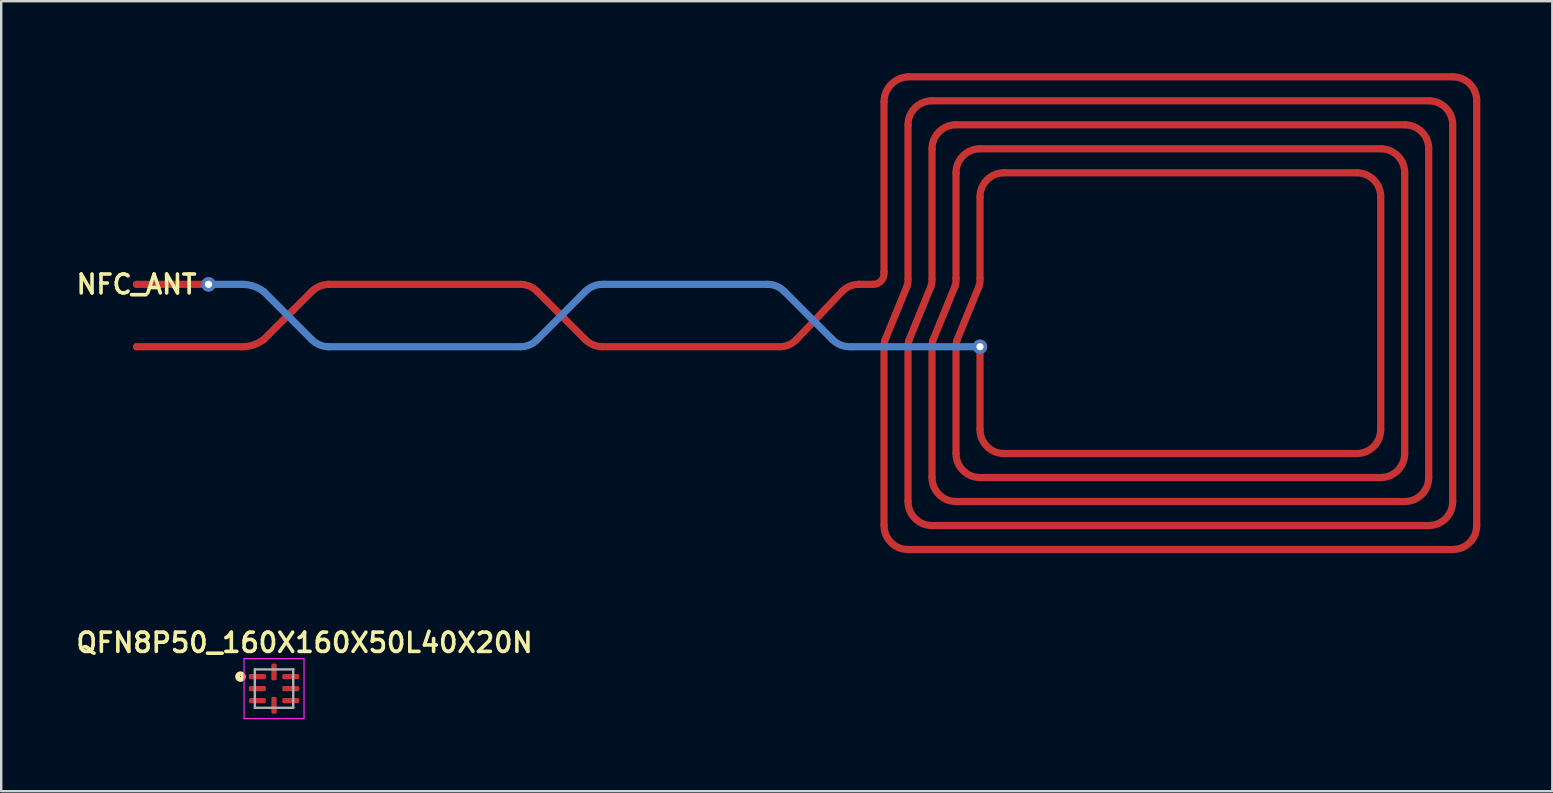
<source format=kicad_pcb>
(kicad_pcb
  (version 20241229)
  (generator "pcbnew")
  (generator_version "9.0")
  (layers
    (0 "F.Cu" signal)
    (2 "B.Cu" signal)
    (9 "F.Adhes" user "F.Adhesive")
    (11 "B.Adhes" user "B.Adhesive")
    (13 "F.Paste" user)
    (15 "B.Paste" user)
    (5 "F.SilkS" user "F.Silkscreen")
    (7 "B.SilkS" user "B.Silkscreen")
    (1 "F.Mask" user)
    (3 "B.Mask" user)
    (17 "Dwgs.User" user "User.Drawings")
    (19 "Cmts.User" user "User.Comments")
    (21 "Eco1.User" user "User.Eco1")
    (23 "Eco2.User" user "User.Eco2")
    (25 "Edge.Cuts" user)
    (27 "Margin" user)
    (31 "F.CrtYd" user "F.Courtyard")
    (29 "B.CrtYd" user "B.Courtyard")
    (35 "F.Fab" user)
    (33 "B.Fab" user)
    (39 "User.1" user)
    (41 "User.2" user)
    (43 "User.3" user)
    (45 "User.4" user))
  (footprint "NFC_ANT"
    (layer "F.Cu")
    (at 2.64 8.8)
    (property "Reference" "NFC_ANT" (at 0 0 0) (layer "F.SilkS") (effects (font (size 0.787 0.787) (thickness 0.15))))
    (attr smd)
    (fp_line (start 0 0) (end 3 0) (stroke (width 0.3) (type solid)) (layer "F.Cu"))
    (fp_line (start 0 2.6) (end 4.4 2.6) (stroke (width 0.3) (type solid)) (layer "F.Cu"))
    (fp_line (start 5.3 2.3) (end 7.3 0.3) (stroke (width 0.3) (type solid)) (layer "F.Cu"))
    (fp_line (start 8 0) (end 16 0) (stroke (width 0.3) (type solid)) (layer "F.Cu"))
    (fp_line (start 16.7 0.3) (end 18.7 2.3) (stroke (width 0.3) (type solid)) (layer "F.Cu"))
    (fp_line (start 19.4 2.6) (end 26.8 2.6) (stroke (width 0.3) (type solid)) (layer "F.Cu"))
    (fp_line (start 27.5 2.3) (end 29.4 0.3) (stroke (width 0.3) (type solid)) (layer "F.Cu"))
    (fp_line (start 30.1 0) (end 30.7 0) (stroke (width 0.3) (type solid)) (layer "F.Cu"))
    (fp_line (start 31.15 -0.5) (end 31.15 -7.6) (stroke (width 0.3) (type solid)) (layer "F.Cu"))
    (fp_line (start 31.15 10.05) (end 31.15 2.66) (stroke (width 0.3) (type solid)) (layer "F.Cu"))
    (fp_line (start 31.2 2.3) (end 32.1 0.1) (stroke (width 0.3) (type solid)) (layer "F.Cu"))
    (fp_line (start 32.15 -8.65) (end 54.85 -8.65) (stroke (width 0.3) (type solid)) (layer "F.Cu"))
    (fp_line (start 32.15 -0.25) (end 32.15 -6.65) (stroke (width 0.3) (type solid)) (layer "F.Cu"))
    (fp_line (start 32.15 9.05) (end 32.15 2.66) (stroke (width 0.3) (type solid)) (layer "F.Cu"))
    (fp_line (start 32.15 11.05) (end 54.85 11.05) (stroke (width 0.3) (type solid)) (layer "F.Cu"))
    (fp_line (start 32.2 2.3) (end 33.1 0.1) (stroke (width 0.3) (type solid)) (layer "F.Cu"))
    (fp_line (start 33.15 -7.65) (end 53.85 -7.65) (stroke (width 0.3) (type solid)) (layer "F.Cu"))
    (fp_line (start 33.15 -0.25) (end 33.15 -5.65) (stroke (width 0.3) (type solid)) (layer "F.Cu"))
    (fp_line (start 33.15 8.05) (end 33.15 2.66) (stroke (width 0.3) (type solid)) (layer "F.Cu"))
    (fp_line (start 33.15 10.05) (end 53.85 10.05) (stroke (width 0.3) (type solid)) (layer "F.Cu"))
    (fp_line (start 33.2 2.3) (end 34.1 0.1) (stroke (width 0.3) (type solid)) (layer "F.Cu"))
    (fp_line (start 34.15 -6.65) (end 52.85 -6.65) (stroke (width 0.3) (type solid)) (layer "F.Cu"))
    (fp_line (start 34.15 -0.25) (end 34.15 -4.65) (stroke (width 0.3) (type solid)) (layer "F.Cu"))
    (fp_line (start 34.15 7.05) (end 34.15 2.66) (stroke (width 0.3) (type solid)) (layer "F.Cu"))
    (fp_line (start 34.15 9.05) (end 52.85 9.05) (stroke (width 0.3) (type solid)) (layer "F.Cu"))
    (fp_line (start 34.2 2.3) (end 35.1 0.1) (stroke (width 0.3) (type solid)) (layer "F.Cu"))
    (fp_line (start 35.15 -5.65) (end 51.85 -5.65) (stroke (width 0.3) (type solid)) (layer "F.Cu"))
    (fp_line (start 35.15 -0.25) (end 35.15 -3.65) (stroke (width 0.3) (type solid)) (layer "F.Cu"))
    (fp_line (start 35.15 6.05) (end 35.15 2.6) (stroke (width 0.3) (type solid)) (layer "F.Cu"))
    (fp_line (start 35.15 8.05) (end 51.85 8.05) (stroke (width 0.3) (type solid)) (layer "F.Cu"))
    (fp_line (start 36.15 -4.65) (end 50.85 -4.65) (stroke (width 0.3) (type solid)) (layer "F.Cu"))
    (fp_line (start 36.15 7.05) (end 50.85 7.05) (stroke (width 0.3) (type solid)) (layer "F.Cu"))
    (fp_line (start 51.85 6.05) (end 51.85 -3.65) (stroke (width 0.3) (type solid)) (layer "F.Cu"))
    (fp_line (start 52.85 7.05) (end 52.85 -4.65) (stroke (width 0.3) (type solid)) (layer "F.Cu"))
    (fp_line (start 53.85 8.05) (end 53.85 -5.65) (stroke (width 0.3) (type solid)) (layer "F.Cu"))
    (fp_line (start 54.85 9.05) (end 54.85 -6.65) (stroke (width 0.3) (type solid)) (layer "F.Cu"))
    (fp_line (start 55.85 10.05) (end 55.85 -7.65) (stroke (width 0.3) (type solid)) (layer "F.Cu"))
    (fp_arc (start 5.3 2.3) (mid 4.874342 2.523025) (end 4.4 2.6) (stroke (width 0.3) (type solid)) (layer "F.Cu"))
    (fp_arc (start 7.3 0.3) (mid 7.621113 0.082596) (end 8 0) (stroke (width 0.3) (type solid)) (layer "F.Cu"))
    (fp_arc (start 16 0) (mid 16.380789 0.07816) (end 16.7 0.3) (stroke (width 0.3) (type solid)) (layer "F.Cu"))
    (fp_arc (start 19.4 2.6) (mid 19.021113 2.517404) (end 18.7 2.3) (stroke (width 0.3) (type solid)) (layer "F.Cu"))
    (fp_arc (start 27.5 2.3) (mid 27.180789 2.52184) (end 26.8 2.6) (stroke (width 0.3) (type solid)) (layer "F.Cu"))
    (fp_arc (start 29.4 0.3) (mid 29.719114 0.077932) (end 30.1 0) (stroke (width 0.3) (type solid)) (layer "F.Cu"))
    (fp_arc (start 31.15 -7.600001) (mid 31.44 -8.325) (end 32.15 -8.65) (stroke (width 0.3) (type solid)) (layer "F.Cu"))
    (fp_arc (start 31.15 -0.5) (mid 31.036341 -0.149793) (end 30.7 0) (stroke (width 0.3) (type solid)) (layer "F.Cu"))
    (fp_arc (start 31.15 2.65) (mid 31.153328 2.471904) (end 31.2 2.3) (stroke (width 0.3) (type solid)) (layer "F.Cu"))
    (fp_arc (start 32.15 -6.65) (mid 32.442893 -7.357107) (end 33.15 -7.65) (stroke (width 0.3) (type solid)) (layer "F.Cu"))
    (fp_arc (start 32.15 -0.2) (mid 32.141808 -0.047199) (end 32.1 0.1) (stroke (width 0.3) (type solid)) (layer "F.Cu"))
    (fp_arc (start 32.15 2.65) (mid 32.153328 2.471904) (end 32.2 2.3) (stroke (width 0.3) (type solid)) (layer "F.Cu"))
    (fp_arc (start 32.15 11.05) (mid 31.442893 10.757107) (end 31.15 10.05) (stroke (width 0.3) (type solid)) (layer "F.Cu"))
    (fp_arc (start 33.15 -5.65) (mid 33.442893 -6.357107) (end 34.15 -6.65) (stroke (width 0.3) (type solid)) (layer "F.Cu"))
    (fp_arc (start 33.15 -0.2) (mid 33.141808 -0.047199) (end 33.1 0.1) (stroke (width 0.3) (type solid)) (layer "F.Cu"))
    (fp_arc (start 33.15 2.65) (mid 33.153328 2.471904) (end 33.2 2.3) (stroke (width 0.3) (type solid)) (layer "F.Cu"))
    (fp_arc (start 33.15 10.05) (mid 32.442893 9.757107) (end 32.15 9.05) (stroke (width 0.3) (type solid)) (layer "F.Cu"))
    (fp_arc (start 34.15 -4.65) (mid 34.442893 -5.357107) (end 35.15 -5.65) (stroke (width 0.3) (type solid)) (layer "F.Cu"))
    (fp_arc (start 34.15 -0.25) (mid 34.145978 -0.072003) (end 34.1 0.1) (stroke (width 0.3) (type solid)) (layer "F.Cu"))
    (fp_arc (start 34.15 2.65) (mid 34.153328 2.471904) (end 34.2 2.3) (stroke (width 0.3) (type solid)) (layer "F.Cu"))
    (fp_arc (start 34.15 9.05) (mid 33.442893 8.757107) (end 33.15 8.05) (stroke (width 0.3) (type solid)) (layer "F.Cu"))
    (fp_arc (start 35.15 -3.65) (mid 35.442893 -4.357107) (end 36.15 -4.65) (stroke (width 0.3) (type solid)) (layer "F.Cu"))
    (fp_arc (start 35.15 -0.25) (mid 35.146672 -0.071904) (end 35.1 0.1) (stroke (width 0.3) (type solid)) (layer "F.Cu"))
    (fp_arc (start 35.15 8.05) (mid 34.442893 7.757107) (end 34.15 7.05) (stroke (width 0.3) (type solid)) (layer "F.Cu"))
    (fp_arc (start 36.15 7.05) (mid 35.442893 6.757107) (end 35.15 6.05) (stroke (width 0.3) (type solid)) (layer "F.Cu"))
    (fp_arc (start 50.85 -4.65) (mid 51.557107 -4.357107) (end 51.85 -3.65) (stroke (width 0.3) (type solid)) (layer "F.Cu"))
    (fp_arc (start 51.85 -5.65) (mid 52.557107 -5.357107) (end 52.85 -4.65) (stroke (width 0.3) (type solid)) (layer "F.Cu"))
    (fp_arc (start 51.85 6.05) (mid 51.557107 6.757107) (end 50.85 7.05) (stroke (width 0.3) (type solid)) (layer "F.Cu"))
    (fp_arc (start 52.85 -6.65) (mid 53.557107 -6.357107) (end 53.85 -5.65) (stroke (width 0.3) (type solid)) (layer "F.Cu"))
    (fp_arc (start 52.85 7.05) (mid 52.557107 7.757107) (end 51.85 8.05) (stroke (width 0.3) (type solid)) (layer "F.Cu"))
    (fp_arc (start 53.85 -7.65) (mid 54.557107 -7.357107) (end 54.85 -6.65) (stroke (width 0.3) (type solid)) (layer "F.Cu"))
    (fp_arc (start 53.85 8.05) (mid 53.557107 8.757107) (end 52.85 9.05) (stroke (width 0.3) (type solid)) (layer "F.Cu"))
    (fp_arc (start 54.85 -8.65) (mid 55.557107 -8.357107) (end 55.85 -7.65) (stroke (width 0.3) (type solid)) (layer "F.Cu"))
    (fp_arc (start 54.85 9.05) (mid 54.557107 9.757107) (end 53.85 10.05) (stroke (width 0.3) (type solid)) (layer "F.Cu"))
    (fp_arc (start 55.85 10.05) (mid 55.557107 10.757107) (end 54.85 11.05) (stroke (width 0.3) (type solid)) (layer "F.Cu"))
    (fp_line (start 3 0) (end 4.4 0) (stroke (width 0.3) (type solid)) (layer "B.Cu"))
    (fp_line (start 5.3 0.3) (end 7.3 2.3) (stroke (width 0.3) (type solid)) (layer "B.Cu"))
    (fp_line (start 8 2.6) (end 16 2.6) (stroke (width 0.3) (type solid)) (layer "B.Cu"))
    (fp_line (start 16.7 2.3) (end 18.7 0.3) (stroke (width 0.3) (type solid)) (layer "B.Cu"))
    (fp_line (start 19.5 0) (end 26.3 0) (stroke (width 0.3) (type solid)) (layer "B.Cu"))
    (fp_line (start 27 0.3) (end 29 2.3) (stroke (width 0.3) (type solid)) (layer "B.Cu"))
    (fp_line (start 29.8 2.6) (end 35.15 2.6) (stroke (width 0.3) (type solid)) (layer "B.Cu"))
    (fp_arc (start 4.4 0) (mid 4.874342 0.076975) (end 5.3 0.3) (stroke (width 0.3) (type solid)) (layer "B.Cu"))
    (fp_arc (start 8 2.6) (mid 7.621113 2.517404) (end 7.3 2.3) (stroke (width 0.3) (type solid)) (layer "B.Cu"))
    (fp_arc (start 16.7 2.3) (mid 16.380789 2.52184) (end 16 2.6) (stroke (width 0.3) (type solid)) (layer "B.Cu"))
    (fp_arc (start 18.7 0.3) (mid 19.067509 0.063356) (end 19.5 0) (stroke (width 0.3) (type solid)) (layer "B.Cu"))
    (fp_arc (start 26.3 0) (mid 26.680789 0.07816) (end 27 0.3) (stroke (width 0.3) (type solid)) (layer "B.Cu"))
    (fp_arc (start 29.8 2.6) (mid 29.367509 2.536644) (end 29 2.3) (stroke (width 0.3) (type solid)) (layer "B.Cu"))
    (pad "1" smd circle (at 0 0) (size 0.3 0.3) (layers "F.Cu"))
    (pad "2" smd circle (at 0 2.6) (size 0.3 0.3) (layers "F.Cu"))
    (pad "P$1" thru_hole circle (at 3 0) (size 0.6 0.6) (drill 0.3) (layers "*.Cu" "*.Mask"))
    (pad "P$2" thru_hole circle (at 35.15 2.6) (size 0.6 0.6) (drill 0.3) (layers "*.Cu" "*.Mask")))
  (footprint "QFN8P50_160X160X50L40X20N"
    (layer "F.Cu")
    (at 8.37 25.647)
    (property "Reference" "QFN8P50_160X160X50L40X20N" (at 1.272 -1.915 0) (layer "F.SilkS") (effects (font (size 0.801 0.801) (thickness 0.15))))
    (attr smd)
    (fp_circle (center -1.4 -0.5) (end -1.38 -0.5) (stroke (width 0.2) (type solid)) (fill no) (layer "F.SilkS"))
    (fp_line (start -1.25 -1.25) (end 1.25 -1.25) (stroke (width 0.05) (type solid)) (layer "F.CrtYd"))
    (fp_line (start -1.25 1.25) (end -1.25 -1.25) (stroke (width 0.05) (type solid)) (layer "F.CrtYd"))
    (fp_line (start 1.25 -1.25) (end 1.25 1.25) (stroke (width 0.05) (type solid)) (layer "F.CrtYd"))
    (fp_line (start 1.25 1.25) (end -1.25 1.25) (stroke (width 0.05) (type solid)) (layer "F.CrtYd"))
    (fp_line (start -0.8 -0.8) (end -0.8 0.8) (stroke (width 0.1) (type solid)) (layer "F.Fab"))
    (fp_line (start -0.8 -0.8) (end 0.8 -0.8) (stroke (width 0.1) (type solid)) (layer "F.Fab"))
    (fp_line (start -0.8 0.8) (end 0.8 0.8) (stroke (width 0.1) (type solid)) (layer "F.Fab"))
    (fp_line (start 0.8 -0.8) (end 0.8 0.8) (stroke (width 0.1) (type solid)) (layer "F.Fab"))
    (pad "1" smd roundrect (at -0.695 -0.5) (size 0.71 0.22) (layers "F.Cu" "F.Mask" "F.Paste") (roundrect_rratio 0.27))
    (pad "2" smd roundrect (at -0.695 0) (size 0.71 0.22) (layers "F.Cu" "F.Mask" "F.Paste") (roundrect_rratio 0.27))
    (pad "3" smd roundrect (at -0.695 0.5) (size 0.7 0.22) (layers "F.Cu" "F.Mask" "F.Paste") (roundrect_rratio 0.27))
    (pad "4" smd roundrect (at 0 0.695) (size 0.22 0.7) (layers "F.Cu" "F.Mask" "F.Paste") (roundrect_rratio 0.27))
    (pad "5" smd roundrect (at 0.695 0.5) (size 0.7 0.22) (layers "F.Cu" "F.Mask" "F.Paste") (roundrect_rratio 0.27))
    (pad "6" smd roundrect (at 0.695 0) (size 0.7 0.22) (layers "F.Cu" "F.Mask" "F.Paste") (roundrect_rratio 0.27))
    (pad "7" smd roundrect (at 0.695 -0.5) (size 0.7 0.22) (layers "F.Cu" "F.Mask" "F.Paste") (roundrect_rratio 0.27))
    (pad "8" smd roundrect (at 0 -0.695) (size 0.22 0.7) (layers "F.Cu" "F.Mask" "F.Paste") (roundrect_rratio 0.27)))
  (gr_rect
    (start -3 -3)
    (end 61.64 29.922)
    (stroke (width 0.1) (type default))
    (fill no)
    (layer "Edge.Cuts")))
</source>
